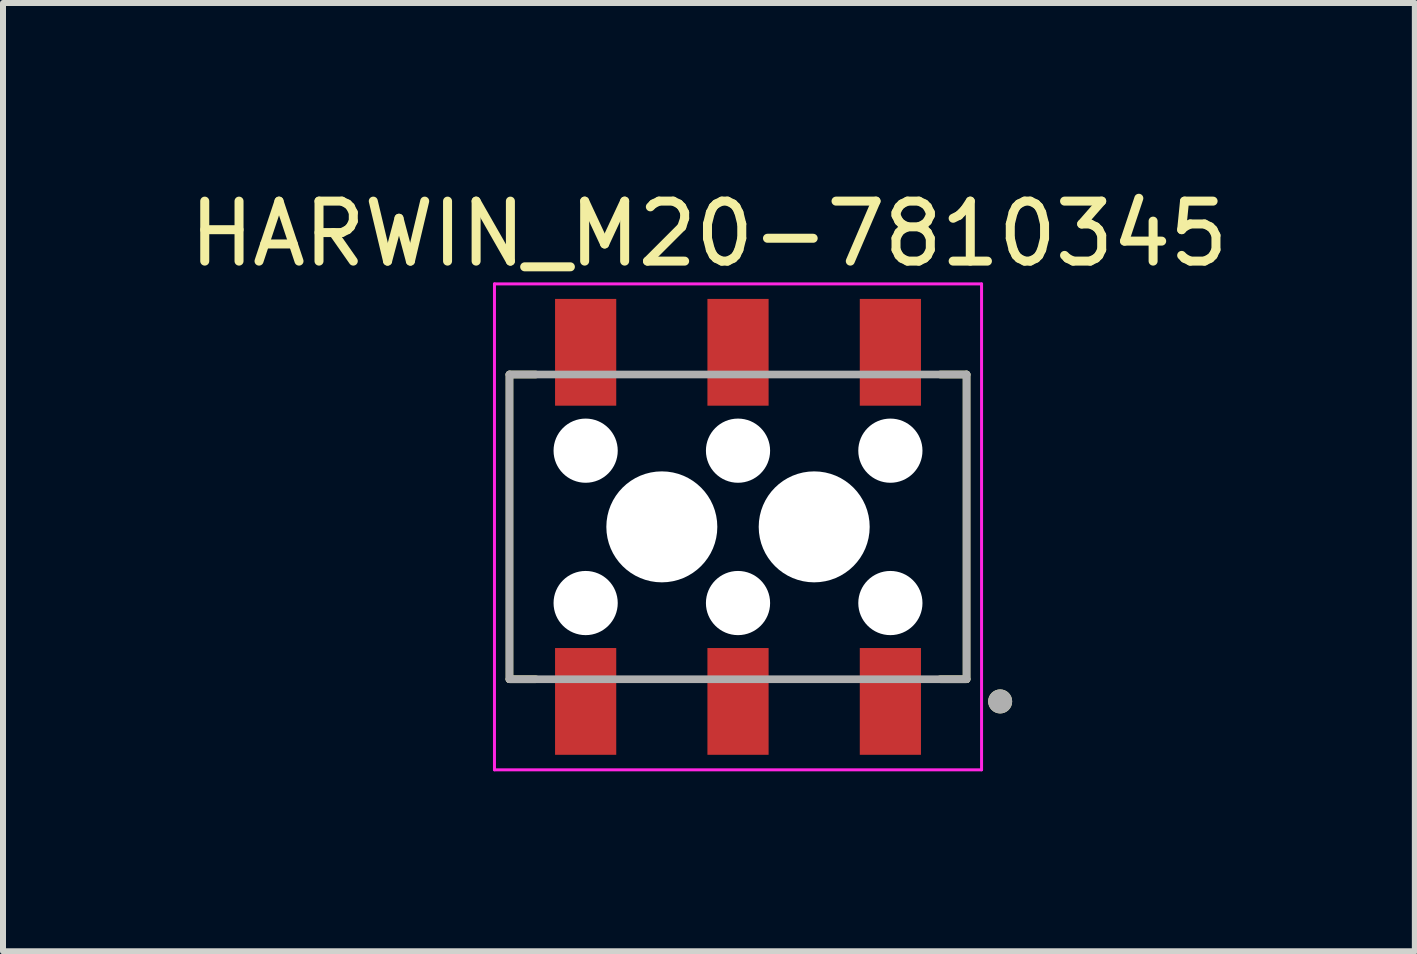
<source format=kicad_pcb>
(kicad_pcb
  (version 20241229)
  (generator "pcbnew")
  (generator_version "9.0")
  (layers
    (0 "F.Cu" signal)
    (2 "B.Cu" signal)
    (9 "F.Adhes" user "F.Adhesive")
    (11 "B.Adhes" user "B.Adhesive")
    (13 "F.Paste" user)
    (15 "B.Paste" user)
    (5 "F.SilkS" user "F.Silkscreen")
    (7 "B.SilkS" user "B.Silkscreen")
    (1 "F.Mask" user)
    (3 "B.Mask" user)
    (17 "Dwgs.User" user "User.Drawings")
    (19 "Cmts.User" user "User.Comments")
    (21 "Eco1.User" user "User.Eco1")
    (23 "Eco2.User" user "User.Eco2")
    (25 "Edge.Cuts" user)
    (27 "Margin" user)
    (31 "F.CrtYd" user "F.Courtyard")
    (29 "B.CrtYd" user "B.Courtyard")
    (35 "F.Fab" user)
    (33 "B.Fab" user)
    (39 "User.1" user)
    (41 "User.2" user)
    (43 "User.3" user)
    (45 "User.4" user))
  (footprint "HARWIN_M20-7810345"
    (layer "F.Cu")
    (at 9.253 5.733)
    (property "Reference" "HARWIN_M20-7810345" (at -0.485 -4.885 0) (layer "F.SilkS") (effects (font (size 1 1) (thickness 0.15))))
    (attr through_hole)
    (fp_line (start -3.81 -2.54) (end -3.37 -2.54) (stroke (width 0.127) (type solid)) (layer "F.SilkS"))
    (fp_line (start -3.81 2.54) (end -3.81 -2.54) (stroke (width 0.127) (type solid)) (layer "F.SilkS"))
    (fp_line (start -3.37 2.54) (end -3.81 2.54) (stroke (width 0.127) (type solid)) (layer "F.SilkS"))
    (fp_line (start 3.37 -2.54) (end 3.81 -2.54) (stroke (width 0.127) (type solid)) (layer "F.SilkS"))
    (fp_line (start 3.81 -2.54) (end 3.81 2.54) (stroke (width 0.127) (type solid)) (layer "F.SilkS"))
    (fp_line (start 3.81 2.54) (end 3.37 2.54) (stroke (width 0.127) (type solid)) (layer "F.SilkS"))
    (fp_circle (center 4.37 2.91) (end 4.47 2.91) (stroke (width 0.2) (type solid)) (fill no) (layer "F.SilkS"))
    (fp_line (start -4.06 -4.05) (end -4.06 4.05) (stroke (width 0.05) (type solid)) (layer "F.CrtYd"))
    (fp_line (start -4.06 4.05) (end 4.06 4.05) (stroke (width 0.05) (type solid)) (layer "F.CrtYd"))
    (fp_line (start 4.06 -4.05) (end -4.06 -4.05) (stroke (width 0.05) (type solid)) (layer "F.CrtYd"))
    (fp_line (start 4.06 4.05) (end 4.06 -4.05) (stroke (width 0.05) (type solid)) (layer "F.CrtYd"))
    (fp_line (start -3.81 -2.54) (end 3.81 -2.54) (stroke (width 0.127) (type solid)) (layer "F.Fab"))
    (fp_line (start -3.81 2.54) (end -3.81 -2.54) (stroke (width 0.127) (type solid)) (layer "F.Fab"))
    (fp_line (start 3.81 -2.54) (end 3.81 2.54) (stroke (width 0.127) (type solid)) (layer "F.Fab"))
    (fp_line (start 3.81 2.54) (end -3.81 2.54) (stroke (width 0.127) (type solid)) (layer "F.Fab"))
    (fp_circle (center 4.37 2.91) (end 4.47 2.91) (stroke (width 0.2) (type solid)) (fill no) (layer "F.Fab"))
    (pad "" np_thru_hole circle (at -2.54 -1.27) (size 1.07 1.07) (drill 1.07) (layers "*.Cu" "*.Mask"))
    (pad "" np_thru_hole circle (at -2.54 1.27) (size 1.07 1.07) (drill 1.07) (layers "*.Cu" "*.Mask"))
    (pad "" np_thru_hole circle (at -1.27 0) (size 1.85 1.85) (drill 1.85) (layers "*.Cu" "*.Mask"))
    (pad "" np_thru_hole circle (at 0 -1.27) (size 1.07 1.07) (drill 1.07) (layers "*.Cu" "*.Mask"))
    (pad "" np_thru_hole circle (at 0 1.27) (size 1.07 1.07) (drill 1.07) (layers "*.Cu" "*.Mask"))
    (pad "" np_thru_hole circle (at 1.27 0) (size 1.85 1.85) (drill 1.85) (layers "*.Cu" "*.Mask"))
    (pad "" np_thru_hole circle (at 2.54 -1.27) (size 1.07 1.07) (drill 1.07) (layers "*.Cu" "*.Mask"))
    (pad "" np_thru_hole circle (at 2.54 1.27) (size 1.07 1.07) (drill 1.07) (layers "*.Cu" "*.Mask"))
    (pad "1" smd rect (at 2.54 2.91) (size 1.02 1.78) (layers "F.Cu" "F.Mask" "F.Paste"))
    (pad "2" smd rect (at 2.54 -2.91) (size 1.02 1.78) (layers "F.Cu" "F.Mask" "F.Paste"))
    (pad "3" smd rect (at 0 2.91) (size 1.02 1.78) (layers "F.Cu" "F.Mask" "F.Paste"))
    (pad "4" smd rect (at 0 -2.91) (size 1.02 1.78) (layers "F.Cu" "F.Mask" "F.Paste"))
    (pad "5" smd rect (at -2.54 2.91) (size 1.02 1.78) (layers "F.Cu" "F.Mask" "F.Paste"))
    (pad "6" smd rect (at -2.54 -2.91) (size 1.02 1.78) (layers "F.Cu" "F.Mask" "F.Paste")))
  (gr_rect
    (start -3 -3)
    (end 20.536 12.808)
    (stroke (width 0.1) (type default))
    (fill no)
    (layer "Edge.Cuts")))
</source>
